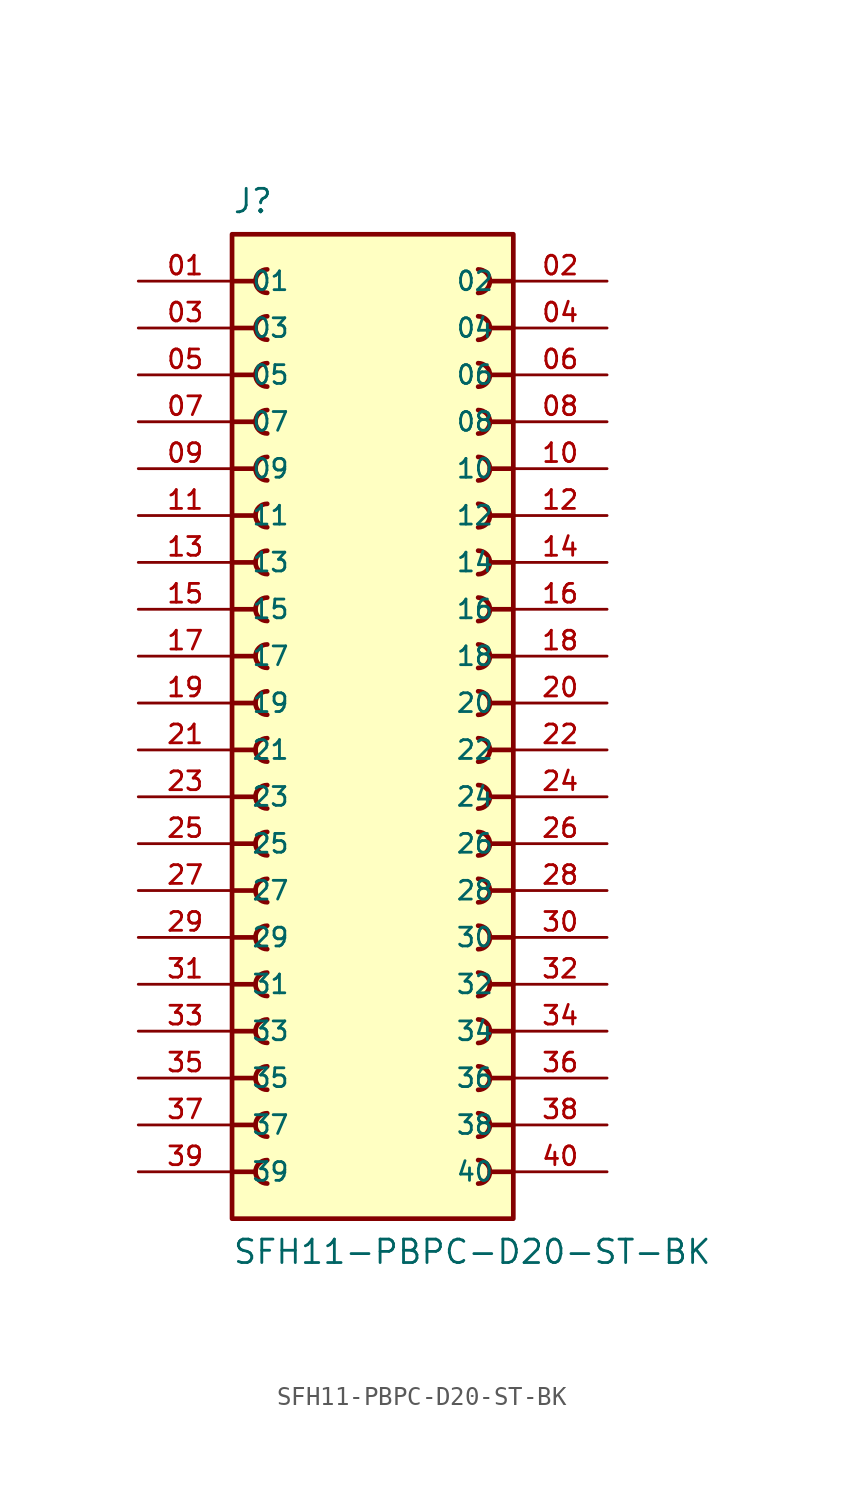
<source format=kicad_sym>
(kicad_symbol_lib
  (version 20211014)
  (generator kicad_symbol_editor)
  (symbol "SFH11-PBPC-D20-ST-BK"
    (pin_names
      (offset 1.016))
    (property "Reference" "J"
      (at -7.62 27.94 0)
      (effects (font (size 1.27 1.27)) (justify top left)))
    (property "Value" "SFH11-PBPC-D20-ST-BK"
      (at -7.62 -30.48 0)
      (effects (font (size 1.27 1.27)) (justify bottom left)))
    (symbol "SFH11-PBPC-D20-ST-BK_0_0"
      (polyline (pts (xy -7.62 22.86) (xy -6.35 22.86)) (stroke (width 0.254)))
      (arc (start -5.715 23.495) (mid -6.35 22.86) (end -5.715 22.225) (stroke (width 0.254) (type default) (color 0 0 0 0)) (fill (type none)))
      (polyline (pts (xy -7.62 20.32) (xy -6.35 20.32)) (stroke (width 0.254)))
      (arc (start -5.715 20.955) (mid -6.35 20.32) (end -5.715 19.685) (stroke (width 0.254) (type default) (color 0 0 0 0)) (fill (type none)))
      (polyline (pts (xy -7.62 17.78) (xy -6.35 17.78)) (stroke (width 0.254)))
      (arc (start -5.715 18.415) (mid -6.35 17.78) (end -5.715 17.145) (stroke (width 0.254) (type default) (color 0 0 0 0)) (fill (type none)))
      (polyline (pts (xy -7.62 15.24) (xy -6.35 15.24)) (stroke (width 0.254)))
      (arc (start -5.715 15.875) (mid -6.35 15.24) (end -5.715 14.605) (stroke (width 0.254) (type default) (color 0 0 0 0)) (fill (type none)))
      (polyline (pts (xy -7.62 12.7) (xy -6.35 12.7)) (stroke (width 0.254)))
      (arc (start -5.715 13.335) (mid -6.35 12.7) (end -5.715 12.065) (stroke (width 0.254) (type default) (color 0 0 0 0)) (fill (type none)))
      (polyline (pts (xy -7.62 10.16) (xy -6.35 10.16)) (stroke (width 0.254)))
      (arc (start -5.715 10.795) (mid -6.35 10.16) (end -5.715 9.525) (stroke (width 0.254) (type default) (color 0 0 0 0)) (fill (type none)))
      (polyline (pts (xy -7.62 7.62) (xy -6.35 7.62)) (stroke (width 0.254)))
      (arc (start -5.715 8.255) (mid -6.35 7.62) (end -5.715 6.985) (stroke (width 0.254) (type default) (color 0 0 0 0)) (fill (type none)))
      (polyline (pts (xy -7.62 5.08) (xy -6.35 5.08)) (stroke (width 0.254)))
      (arc (start -5.715 5.715) (mid -6.35 5.08) (end -5.715 4.445) (stroke (width 0.254) (type default) (color 0 0 0 0)) (fill (type none)))
      (polyline (pts (xy -7.62 2.54) (xy -6.35 2.54)) (stroke (width 0.254)))
      (arc (start -5.715 3.175) (mid -6.35 2.54) (end -5.715 1.905) (stroke (width 0.254) (type default) (color 0 0 0 0)) (fill (type none)))
      (polyline (pts (xy -7.62 0.0) (xy -6.35 0.0)) (stroke (width 0.254)))
      (arc (start -5.715 0.635) (mid -6.35 -0.0) (end -5.715 -0.635) (stroke (width 0.254) (type default) (color 0 0 0 0)) (fill (type none)))
      (polyline (pts (xy -7.62 -2.54) (xy -6.35 -2.54)) (stroke (width 0.254)))
      (arc (start -5.715 -1.905) (mid -6.35 -2.54) (end -5.715 -3.175) (stroke (width 0.254) (type default) (color 0 0 0 0)) (fill (type none)))
      (polyline (pts (xy -7.62 -5.08) (xy -6.35 -5.08)) (stroke (width 0.254)))
      (arc (start -5.715 -4.445) (mid -6.35 -5.08) (end -5.715 -5.715) (stroke (width 0.254) (type default) (color 0 0 0 0)) (fill (type none)))
      (polyline (pts (xy -7.62 -7.62) (xy -6.35 -7.62)) (stroke (width 0.254)))
      (arc (start -5.715 -6.985) (mid -6.35 -7.62) (end -5.715 -8.255) (stroke (width 0.254) (type default) (color 0 0 0 0)) (fill (type none)))
      (polyline (pts (xy -7.62 -10.16) (xy -6.35 -10.16)) (stroke (width 0.254)))
      (arc (start -5.715 -9.525) (mid -6.35 -10.16) (end -5.715 -10.795) (stroke (width 0.254) (type default) (color 0 0 0 0)) (fill (type none)))
      (polyline (pts (xy -7.62 -12.7) (xy -6.35 -12.7)) (stroke (width 0.254)))
      (arc (start -5.715 -12.065) (mid -6.35 -12.7) (end -5.715 -13.335) (stroke (width 0.254) (type default) (color 0 0 0 0)) (fill (type none)))
      (polyline (pts (xy -7.62 -15.24) (xy -6.35 -15.24)) (stroke (width 0.254)))
      (arc (start -5.715 -14.605) (mid -6.35 -15.24) (end -5.715 -15.875) (stroke (width 0.254) (type default) (color 0 0 0 0)) (fill (type none)))
      (polyline (pts (xy -7.62 -17.78) (xy -6.35 -17.78)) (stroke (width 0.254)))
      (arc (start -5.715 -17.145) (mid -6.35 -17.78) (end -5.715 -18.415) (stroke (width 0.254) (type default) (color 0 0 0 0)) (fill (type none)))
      (polyline (pts (xy -7.62 -20.32) (xy -6.35 -20.32)) (stroke (width 0.254)))
      (arc (start -5.715 -19.685) (mid -6.35 -20.32) (end -5.715 -20.955) (stroke (width 0.254) (type default) (color 0 0 0 0)) (fill (type none)))
      (polyline (pts (xy -7.62 -22.86) (xy -6.35 -22.86)) (stroke (width 0.254)))
      (arc (start -5.715 -22.225) (mid -6.35 -22.86) (end -5.715 -23.495) (stroke (width 0.254) (type default) (color 0 0 0 0)) (fill (type none)))
      (polyline (pts (xy -7.62 -25.4) (xy -6.35 -25.4)) (stroke (width 0.254)))
      (arc (start -5.715 -24.765) (mid -6.35 -25.4) (end -5.715 -26.035) (stroke (width 0.254) (type default) (color 0 0 0 0)) (fill (type none)))
      (polyline (pts (xy 7.62 22.86) (xy 6.35 22.86)) (stroke (width 0.254)))
      (arc (start 5.715 23.495) (mid 6.35 22.86) (end 5.715 22.225) (stroke (width 0.254) (type default) (color 0 0 0 0)) (fill (type none)))
      (polyline (pts (xy 7.62 20.32) (xy 6.35 20.32)) (stroke (width 0.254)))
      (arc (start 5.715 20.955) (mid 6.35 20.32) (end 5.715 19.685) (stroke (width 0.254) (type default) (color 0 0 0 0)) (fill (type none)))
      (polyline (pts (xy 7.62 17.78) (xy 6.35 17.78)) (stroke (width 0.254)))
      (arc (start 5.715 18.415) (mid 6.35 17.78) (end 5.715 17.145) (stroke (width 0.254) (type default) (color 0 0 0 0)) (fill (type none)))
      (polyline (pts (xy 7.62 15.24) (xy 6.35 15.24)) (stroke (width 0.254)))
      (arc (start 5.715 15.875) (mid 6.35 15.24) (end 5.715 14.605) (stroke (width 0.254) (type default) (color 0 0 0 0)) (fill (type none)))
      (polyline (pts (xy 7.62 12.7) (xy 6.35 12.7)) (stroke (width 0.254)))
      (arc (start 5.715 13.335) (mid 6.35 12.7) (end 5.715 12.065) (stroke (width 0.254) (type default) (color 0 0 0 0)) (fill (type none)))
      (polyline (pts (xy 7.62 10.16) (xy 6.35 10.16)) (stroke (width 0.254)))
      (arc (start 5.715 10.795) (mid 6.35 10.16) (end 5.715 9.525) (stroke (width 0.254) (type default) (color 0 0 0 0)) (fill (type none)))
      (polyline (pts (xy 7.62 7.62) (xy 6.35 7.62)) (stroke (width 0.254)))
      (arc (start 5.715 8.255) (mid 6.35 7.62) (end 5.715 6.985) (stroke (width 0.254) (type default) (color 0 0 0 0)) (fill (type none)))
      (polyline (pts (xy 7.62 5.08) (xy 6.35 5.08)) (stroke (width 0.254)))
      (arc (start 5.715 5.715) (mid 6.35 5.08) (end 5.715 4.445) (stroke (width 0.254) (type default) (color 0 0 0 0)) (fill (type none)))
      (polyline (pts (xy 7.62 2.54) (xy 6.35 2.54)) (stroke (width 0.254)))
      (arc (start 5.715 3.175) (mid 6.35 2.54) (end 5.715 1.905) (stroke (width 0.254) (type default) (color 0 0 0 0)) (fill (type none)))
      (polyline (pts (xy 7.62 0.0) (xy 6.35 0.0)) (stroke (width 0.254)))
      (arc (start 5.715 0.635) (mid 6.35 -0.0) (end 5.715 -0.635) (stroke (width 0.254) (type default) (color 0 0 0 0)) (fill (type none)))
      (polyline (pts (xy 7.62 -2.54) (xy 6.35 -2.54)) (stroke (width 0.254)))
      (arc (start 5.715 -1.905) (mid 6.35 -2.54) (end 5.715 -3.175) (stroke (width 0.254) (type default) (color 0 0 0 0)) (fill (type none)))
      (polyline (pts (xy 7.62 -5.08) (xy 6.35 -5.08)) (stroke (width 0.254)))
      (arc (start 5.715 -4.445) (mid 6.35 -5.08) (end 5.715 -5.715) (stroke (width 0.254) (type default) (color 0 0 0 0)) (fill (type none)))
      (polyline (pts (xy 7.62 -7.62) (xy 6.35 -7.62)) (stroke (width 0.254)))
      (arc (start 5.715 -6.985) (mid 6.35 -7.62) (end 5.715 -8.255) (stroke (width 0.254) (type default) (color 0 0 0 0)) (fill (type none)))
      (polyline (pts (xy 7.62 -10.16) (xy 6.35 -10.16)) (stroke (width 0.254)))
      (arc (start 5.715 -9.525) (mid 6.35 -10.16) (end 5.715 -10.795) (stroke (width 0.254) (type default) (color 0 0 0 0)) (fill (type none)))
      (polyline (pts (xy 7.62 -12.7) (xy 6.35 -12.7)) (stroke (width 0.254)))
      (arc (start 5.715 -12.065) (mid 6.35 -12.7) (end 5.715 -13.335) (stroke (width 0.254) (type default) (color 0 0 0 0)) (fill (type none)))
      (polyline (pts (xy 7.62 -15.24) (xy 6.35 -15.24)) (stroke (width 0.254)))
      (arc (start 5.715 -14.605) (mid 6.35 -15.24) (end 5.715 -15.875) (stroke (width 0.254) (type default) (color 0 0 0 0)) (fill (type none)))
      (polyline (pts (xy 7.62 -17.78) (xy 6.35 -17.78)) (stroke (width 0.254)))
      (arc (start 5.715 -17.145) (mid 6.35 -17.78) (end 5.715 -18.415) (stroke (width 0.254) (type default) (color 0 0 0 0)) (fill (type none)))
      (polyline (pts (xy 7.62 -20.32) (xy 6.35 -20.32)) (stroke (width 0.254)))
      (arc (start 5.715 -19.685) (mid 6.35 -20.32) (end 5.715 -20.955) (stroke (width 0.254) (type default) (color 0 0 0 0)) (fill (type none)))
      (polyline (pts (xy 7.62 -22.86) (xy 6.35 -22.86)) (stroke (width 0.254)))
      (arc (start 5.715 -22.225) (mid 6.35 -22.86) (end 5.715 -23.495) (stroke (width 0.254) (type default) (color 0 0 0 0)) (fill (type none)))
      (polyline (pts (xy 7.62 -25.4) (xy 6.35 -25.4)) (stroke (width 0.254)))
      (arc (start 5.715 -24.765) (mid 6.35 -25.4) (end 5.715 -26.035) (stroke (width 0.254) (type default) (color 0 0 0 0)) (fill (type none)))
      (rectangle (start -7.62 -27.94) (end 7.62 25.4) (stroke (width 0.254)) (fill (type background)))
      (pin passive line (at -12.7 22.86 0) (length 5.08) (name "01" (effects (font (size 1.016 1.016)))) (number "01" (effects (font (size 1.016 1.016)))))
      (pin passive line (at -12.7 20.32 0) (length 5.08) (name "03" (effects (font (size 1.016 1.016)))) (number "03" (effects (font (size 1.016 1.016)))))
      (pin passive line (at -12.7 17.78 0) (length 5.08) (name "05" (effects (font (size 1.016 1.016)))) (number "05" (effects (font (size 1.016 1.016)))))
      (pin passive line (at -12.7 15.24 0) (length 5.08) (name "07" (effects (font (size 1.016 1.016)))) (number "07" (effects (font (size 1.016 1.016)))))
      (pin passive line (at -12.7 12.7 0) (length 5.08) (name "09" (effects (font (size 1.016 1.016)))) (number "09" (effects (font (size 1.016 1.016)))))
      (pin passive line (at -12.7 10.16 0) (length 5.08) (name "11" (effects (font (size 1.016 1.016)))) (number "11" (effects (font (size 1.016 1.016)))))
      (pin passive line (at -12.7 7.62 0) (length 5.08) (name "13" (effects (font (size 1.016 1.016)))) (number "13" (effects (font (size 1.016 1.016)))))
      (pin passive line (at -12.7 5.08 0) (length 5.08) (name "15" (effects (font (size 1.016 1.016)))) (number "15" (effects (font (size 1.016 1.016)))))
      (pin passive line (at -12.7 2.54 0) (length 5.08) (name "17" (effects (font (size 1.016 1.016)))) (number "17" (effects (font (size 1.016 1.016)))))
      (pin passive line (at -12.7 0.0 0) (length 5.08) (name "19" (effects (font (size 1.016 1.016)))) (number "19" (effects (font (size 1.016 1.016)))))
      (pin passive line (at -12.7 -2.54 0) (length 5.08) (name "21" (effects (font (size 1.016 1.016)))) (number "21" (effects (font (size 1.016 1.016)))))
      (pin passive line (at -12.7 -5.08 0) (length 5.08) (name "23" (effects (font (size 1.016 1.016)))) (number "23" (effects (font (size 1.016 1.016)))))
      (pin passive line (at -12.7 -7.62 0) (length 5.08) (name "25" (effects (font (size 1.016 1.016)))) (number "25" (effects (font (size 1.016 1.016)))))
      (pin passive line (at -12.7 -10.16 0) (length 5.08) (name "27" (effects (font (size 1.016 1.016)))) (number "27" (effects (font (size 1.016 1.016)))))
      (pin passive line (at -12.7 -12.7 0) (length 5.08) (name "29" (effects (font (size 1.016 1.016)))) (number "29" (effects (font (size 1.016 1.016)))))
      (pin passive line (at -12.7 -15.24 0) (length 5.08) (name "31" (effects (font (size 1.016 1.016)))) (number "31" (effects (font (size 1.016 1.016)))))
      (pin passive line (at -12.7 -17.78 0) (length 5.08) (name "33" (effects (font (size 1.016 1.016)))) (number "33" (effects (font (size 1.016 1.016)))))
      (pin passive line (at -12.7 -20.32 0) (length 5.08) (name "35" (effects (font (size 1.016 1.016)))) (number "35" (effects (font (size 1.016 1.016)))))
      (pin passive line (at -12.7 -22.86 0) (length 5.08) (name "37" (effects (font (size 1.016 1.016)))) (number "37" (effects (font (size 1.016 1.016)))))
      (pin passive line (at -12.7 -25.4 0) (length 5.08) (name "39" (effects (font (size 1.016 1.016)))) (number "39" (effects (font (size 1.016 1.016)))))
      (pin passive line (at 12.7 -25.4 180.0) (length 5.08) (name "40" (effects (font (size 1.016 1.016)))) (number "40" (effects (font (size 1.016 1.016)))))
      (pin passive line (at 12.7 -22.86 180.0) (length 5.08) (name "38" (effects (font (size 1.016 1.016)))) (number "38" (effects (font (size 1.016 1.016)))))
      (pin passive line (at 12.7 -20.32 180.0) (length 5.08) (name "36" (effects (font (size 1.016 1.016)))) (number "36" (effects (font (size 1.016 1.016)))))
      (pin passive line (at 12.7 -17.78 180.0) (length 5.08) (name "34" (effects (font (size 1.016 1.016)))) (number "34" (effects (font (size 1.016 1.016)))))
      (pin passive line (at 12.7 -15.24 180.0) (length 5.08) (name "32" (effects (font (size 1.016 1.016)))) (number "32" (effects (font (size 1.016 1.016)))))
      (pin passive line (at 12.7 -12.7 180.0) (length 5.08) (name "30" (effects (font (size 1.016 1.016)))) (number "30" (effects (font (size 1.016 1.016)))))
      (pin passive line (at 12.7 -10.16 180.0) (length 5.08) (name "28" (effects (font (size 1.016 1.016)))) (number "28" (effects (font (size 1.016 1.016)))))
      (pin passive line (at 12.7 -7.62 180.0) (length 5.08) (name "26" (effects (font (size 1.016 1.016)))) (number "26" (effects (font (size 1.016 1.016)))))
      (pin passive line (at 12.7 -5.08 180.0) (length 5.08) (name "24" (effects (font (size 1.016 1.016)))) (number "24" (effects (font (size 1.016 1.016)))))
      (pin passive line (at 12.7 -2.54 180.0) (length 5.08) (name "22" (effects (font (size 1.016 1.016)))) (number "22" (effects (font (size 1.016 1.016)))))
      (pin passive line (at 12.7 0.0 180.0) (length 5.08) (name "20" (effects (font (size 1.016 1.016)))) (number "20" (effects (font (size 1.016 1.016)))))
      (pin passive line (at 12.7 2.54 180.0) (length 5.08) (name "18" (effects (font (size 1.016 1.016)))) (number "18" (effects (font (size 1.016 1.016)))))
      (pin passive line (at 12.7 5.08 180.0) (length 5.08) (name "16" (effects (font (size 1.016 1.016)))) (number "16" (effects (font (size 1.016 1.016)))))
      (pin passive line (at 12.7 7.62 180.0) (length 5.08) (name "14" (effects (font (size 1.016 1.016)))) (number "14" (effects (font (size 1.016 1.016)))))
      (pin passive line (at 12.7 10.16 180.0) (length 5.08) (name "12" (effects (font (size 1.016 1.016)))) (number "12" (effects (font (size 1.016 1.016)))))
      (pin passive line (at 12.7 12.7 180.0) (length 5.08) (name "10" (effects (font (size 1.016 1.016)))) (number "10" (effects (font (size 1.016 1.016)))))
      (pin passive line (at 12.7 15.24 180.0) (length 5.08) (name "08" (effects (font (size 1.016 1.016)))) (number "08" (effects (font (size 1.016 1.016)))))
      (pin passive line (at 12.7 17.78 180.0) (length 5.08) (name "06" (effects (font (size 1.016 1.016)))) (number "06" (effects (font (size 1.016 1.016)))))
      (pin passive line (at 12.7 20.32 180.0) (length 5.08) (name "04" (effects (font (size 1.016 1.016)))) (number "04" (effects (font (size 1.016 1.016)))))
      (pin passive line (at 12.7 22.86 180.0) (length 5.08) (name "02" (effects (font (size 1.016 1.016)))) (number "02" (effects (font (size 1.016 1.016))))))))
</source>
